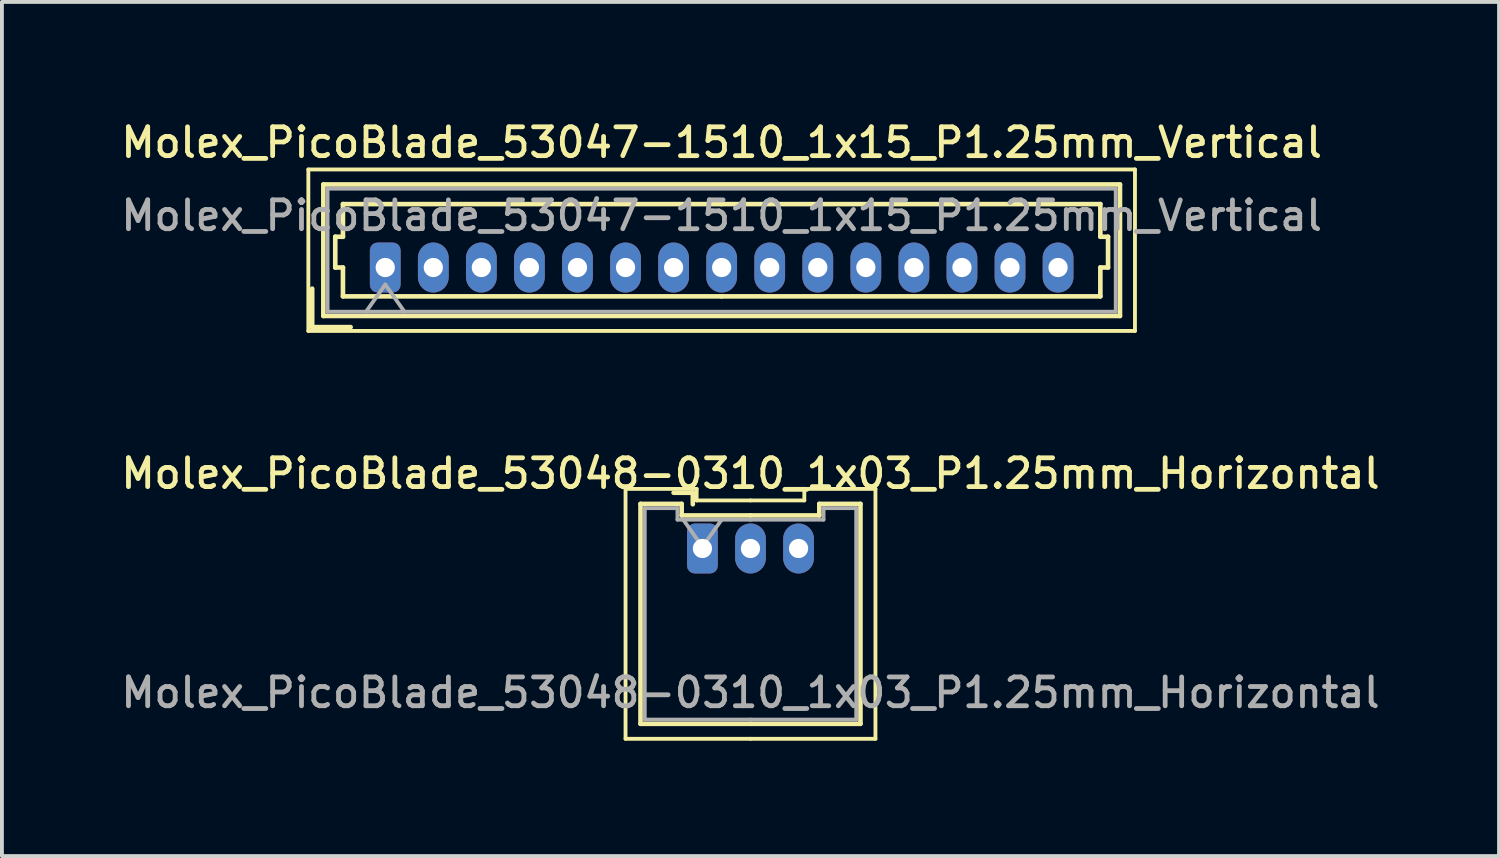
<source format=kicad_pcb>
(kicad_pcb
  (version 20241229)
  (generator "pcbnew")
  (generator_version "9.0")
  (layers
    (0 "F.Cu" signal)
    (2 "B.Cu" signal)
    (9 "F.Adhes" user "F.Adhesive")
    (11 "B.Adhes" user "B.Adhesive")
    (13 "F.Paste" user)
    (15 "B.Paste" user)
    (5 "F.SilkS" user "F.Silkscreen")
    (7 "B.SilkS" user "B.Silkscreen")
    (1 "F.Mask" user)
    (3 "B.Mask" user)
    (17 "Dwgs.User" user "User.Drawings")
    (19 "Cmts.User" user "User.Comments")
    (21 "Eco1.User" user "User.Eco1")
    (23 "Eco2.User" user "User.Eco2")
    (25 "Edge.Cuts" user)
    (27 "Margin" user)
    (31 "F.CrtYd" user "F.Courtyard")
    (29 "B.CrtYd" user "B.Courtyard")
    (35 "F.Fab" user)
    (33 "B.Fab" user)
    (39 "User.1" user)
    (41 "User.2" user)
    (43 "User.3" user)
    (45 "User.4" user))
  (footprint "Molex_PicoBlade_53048-0310_1x03_P1.25mm_Horizontal"
    (layer "F.Cu")
    (at 15.22 11.216)
    (property "Reference" "Molex_PicoBlade_53048-0310_1x03_P1.25mm_Horizontal" (at 1.25 -1.95 0) (layer "F.SilkS") (effects (font (size 0.75 0.75) (thickness 0.125))))
    (attr through_hole)
    (fp_line (start -2 -1.55) (end -2 4.95) (stroke (width 0.1) (type solid)) (layer "F.SilkS"))
    (fp_line (start -2 4.95) (end 1.25 4.95) (stroke (width 0.1) (type solid)) (layer "F.SilkS"))
    (fp_line (start -1.61 -1.16) (end -1.61 4.56) (stroke (width 0.12) (type solid)) (layer "F.SilkS"))
    (fp_line (start -1.61 4.56) (end 1.25 4.56) (stroke (width 0.12) (type solid)) (layer "F.SilkS"))
    (fp_line (start -0.54 -1.16) (end -1.61 -1.16) (stroke (width 0.12) (type solid)) (layer "F.SilkS"))
    (fp_line (start -0.54 -0.86) (end -0.54 -1.16) (stroke (width 0.12) (type solid)) (layer "F.SilkS"))
    (fp_line (start -0.25 -1.45) (end -0.75 -1.45) (stroke (width 0.12) (type solid)) (layer "F.SilkS"))
    (fp_line (start -0.25 -1.15) (end -0.25 -1.45) (stroke (width 0.12) (type solid)) (layer "F.SilkS"))
    (fp_line (start -0.15 -1.55) (end -2 -1.55) (stroke (width 0.1) (type solid)) (layer "F.SilkS"))
    (fp_line (start -0.15 -1.25) (end -0.15 -1.55) (stroke (width 0.1) (type solid)) (layer "F.SilkS"))
    (fp_line (start 1.25 -1.25) (end -0.15 -1.25) (stroke (width 0.1) (type solid)) (layer "F.SilkS"))
    (fp_line (start 1.25 -1.25) (end 2.65 -1.25) (stroke (width 0.1) (type solid)) (layer "F.SilkS"))
    (fp_line (start 1.25 -0.86) (end -0.54 -0.86) (stroke (width 0.12) (type solid)) (layer "F.SilkS"))
    (fp_line (start 1.25 -0.86) (end 3.04 -0.86) (stroke (width 0.12) (type solid)) (layer "F.SilkS"))
    (fp_line (start 2.65 -1.55) (end 4.5 -1.55) (stroke (width 0.1) (type solid)) (layer "F.SilkS"))
    (fp_line (start 2.65 -1.25) (end 2.65 -1.55) (stroke (width 0.1) (type solid)) (layer "F.SilkS"))
    (fp_line (start 3.04 -1.16) (end 4.11 -1.16) (stroke (width 0.12) (type solid)) (layer "F.SilkS"))
    (fp_line (start 3.04 -0.86) (end 3.04 -1.16) (stroke (width 0.12) (type solid)) (layer "F.SilkS"))
    (fp_line (start 4.11 -1.16) (end 4.11 4.56) (stroke (width 0.12) (type solid)) (layer "F.SilkS"))
    (fp_line (start 4.11 4.56) (end 1.25 4.56) (stroke (width 0.12) (type solid)) (layer "F.SilkS"))
    (fp_line (start 4.5 -1.55) (end 4.5 4.95) (stroke (width 0.1) (type solid)) (layer "F.SilkS"))
    (fp_line (start 4.5 4.95) (end 1.25 4.95) (stroke (width 0.1) (type solid)) (layer "F.SilkS"))
    (fp_line (start -1.5 -1.05) (end -1.5 4.45) (stroke (width 0.1) (type solid)) (layer "F.Fab"))
    (fp_line (start -1.5 4.45) (end 1.25 4.45) (stroke (width 0.1) (type solid)) (layer "F.Fab"))
    (fp_line (start -0.65 -1.05) (end -1.5 -1.05) (stroke (width 0.1) (type solid)) (layer "F.Fab"))
    (fp_line (start -0.65 -0.75) (end -0.65 -1.05) (stroke (width 0.1) (type solid)) (layer "F.Fab"))
    (fp_line (start -0.5 -0.75) (end 0 -0.043) (stroke (width 0.1) (type solid)) (layer "F.Fab"))
    (fp_line (start 0 -0.043) (end 0.5 -0.75) (stroke (width 0.1) (type solid)) (layer "F.Fab"))
    (fp_line (start 1.25 -0.75) (end -0.65 -0.75) (stroke (width 0.1) (type solid)) (layer "F.Fab"))
    (fp_line (start 1.25 -0.75) (end 3.15 -0.75) (stroke (width 0.1) (type solid)) (layer "F.Fab"))
    (fp_line (start 3.15 -1.05) (end 4 -1.05) (stroke (width 0.1) (type solid)) (layer "F.Fab"))
    (fp_line (start 3.15 -0.75) (end 3.15 -1.05) (stroke (width 0.1) (type solid)) (layer "F.Fab"))
    (fp_line (start 4 -1.05) (end 4 4.45) (stroke (width 0.1) (type solid)) (layer "F.Fab"))
    (fp_line (start 4 4.45) (end 1.25 4.45) (stroke (width 0.1) (type solid)) (layer "F.Fab"))
    (fp_text user "${REFERENCE}" (at 1.25 3.75 0) (layer "F.Fab") (effects (font (size 0.75 0.75) (thickness 0.125))))
    (pad "1" thru_hole roundrect (at 0 0) (size 0.8 1.3) (drill 0.5) (layers "*.Cu" "*.Mask") (roundrect_rratio 0.25))
    (pad "2" thru_hole oval (at 1.25 0) (size 0.8 1.3) (drill 0.5) (layers "*.Cu" "*.Mask"))
    (pad "3" thru_hole oval (at 2.5 0) (size 0.8 1.3) (drill 0.5) (layers "*.Cu" "*.Mask")))
  (footprint "Molex_PicoBlade_53047-1510_1x15_P1.25mm_Vertical"
    (layer "F.Cu")
    (at 6.97 3.908)
    (property "Reference" "Molex_PicoBlade_53047-1510_1x15_P1.25mm_Vertical" (at 8.75 -3.25 0) (layer "F.SilkS") (effects (font (size 0.75 0.75) (thickness 0.125))))
    (attr through_hole)
    (fp_line (start -2 -2.55) (end -2 1.65) (stroke (width 0.1) (type solid)) (layer "F.SilkS"))
    (fp_line (start -2 1.65) (end 19.5 1.65) (stroke (width 0.1) (type solid)) (layer "F.SilkS"))
    (fp_line (start -1.9 1.55) (end -1.9 0.55) (stroke (width 0.12) (type solid)) (layer "F.SilkS"))
    (fp_line (start -1.9 1.55) (end -0.9 1.55) (stroke (width 0.12) (type solid)) (layer "F.SilkS"))
    (fp_line (start -1.61 -2.16) (end -1.61 1.26) (stroke (width 0.12) (type solid)) (layer "F.SilkS"))
    (fp_line (start -1.61 1.26) (end 19.11 1.26) (stroke (width 0.12) (type solid)) (layer "F.SilkS"))
    (fp_line (start -1.3 -0.8) (end -1.1 -0.8) (stroke (width 0.12) (type solid)) (layer "F.SilkS"))
    (fp_line (start -1.3 0) (end -1.3 -0.8) (stroke (width 0.12) (type solid)) (layer "F.SilkS"))
    (fp_line (start -1.1 -1.65) (end 8.75 -1.65) (stroke (width 0.12) (type solid)) (layer "F.SilkS"))
    (fp_line (start -1.1 -0.8) (end -1.1 -1.65) (stroke (width 0.12) (type solid)) (layer "F.SilkS"))
    (fp_line (start -1.1 0) (end -1.3 0) (stroke (width 0.12) (type solid)) (layer "F.SilkS"))
    (fp_line (start -1.1 0.75) (end -1.1 0) (stroke (width 0.12) (type solid)) (layer "F.SilkS"))
    (fp_line (start 8.75 0.75) (end -1.1 0.75) (stroke (width 0.12) (type solid)) (layer "F.SilkS"))
    (fp_line (start 8.75 0.75) (end 18.6 0.75) (stroke (width 0.12) (type solid)) (layer "F.SilkS"))
    (fp_line (start 18.6 -1.65) (end 8.75 -1.65) (stroke (width 0.12) (type solid)) (layer "F.SilkS"))
    (fp_line (start 18.6 -0.8) (end 18.6 -1.65) (stroke (width 0.12) (type solid)) (layer "F.SilkS"))
    (fp_line (start 18.6 0) (end 18.8 0) (stroke (width 0.12) (type solid)) (layer "F.SilkS"))
    (fp_line (start 18.6 0.75) (end 18.6 0) (stroke (width 0.12) (type solid)) (layer "F.SilkS"))
    (fp_line (start 18.8 -0.8) (end 18.6 -0.8) (stroke (width 0.12) (type solid)) (layer "F.SilkS"))
    (fp_line (start 18.8 0) (end 18.8 -0.8) (stroke (width 0.12) (type solid)) (layer "F.SilkS"))
    (fp_line (start 19.11 -2.16) (end -1.61 -2.16) (stroke (width 0.12) (type solid)) (layer "F.SilkS"))
    (fp_line (start 19.11 1.26) (end 19.11 -2.16) (stroke (width 0.12) (type solid)) (layer "F.SilkS"))
    (fp_line (start 19.5 -2.55) (end -2 -2.55) (stroke (width 0.1) (type solid)) (layer "F.SilkS"))
    (fp_line (start 19.5 1.65) (end 19.5 -2.55) (stroke (width 0.1) (type solid)) (layer "F.SilkS"))
    (fp_line (start -1.5 -2.05) (end -1.5 1.15) (stroke (width 0.1) (type solid)) (layer "F.Fab"))
    (fp_line (start -1.5 1.15) (end 19 1.15) (stroke (width 0.1) (type solid)) (layer "F.Fab"))
    (fp_line (start -0.5 1.15) (end 0 0.443) (stroke (width 0.1) (type solid)) (layer "F.Fab"))
    (fp_line (start 0 0.443) (end 0.5 1.15) (stroke (width 0.1) (type solid)) (layer "F.Fab"))
    (fp_line (start 19 -2.05) (end -1.5 -2.05) (stroke (width 0.1) (type solid)) (layer "F.Fab"))
    (fp_line (start 19 1.15) (end 19 -2.05) (stroke (width 0.1) (type solid)) (layer "F.Fab"))
    (fp_text user "${REFERENCE}" (at 8.75 -1.35 0) (layer "F.Fab") (effects (font (size 0.75 0.75) (thickness 0.125))))
    (pad "1" thru_hole roundrect (at 0 0) (size 0.8 1.3) (drill 0.5) (layers "*.Cu" "*.Mask") (roundrect_rratio 0.25))
    (pad "2" thru_hole oval (at 1.25 0) (size 0.8 1.3) (drill 0.5) (layers "*.Cu" "*.Mask"))
    (pad "3" thru_hole oval (at 2.5 0) (size 0.8 1.3) (drill 0.5) (layers "*.Cu" "*.Mask"))
    (pad "4" thru_hole oval (at 3.75 0) (size 0.8 1.3) (drill 0.5) (layers "*.Cu" "*.Mask"))
    (pad "5" thru_hole oval (at 5 0) (size 0.8 1.3) (drill 0.5) (layers "*.Cu" "*.Mask"))
    (pad "6" thru_hole oval (at 6.25 0) (size 0.8 1.3) (drill 0.5) (layers "*.Cu" "*.Mask"))
    (pad "7" thru_hole oval (at 7.5 0) (size 0.8 1.3) (drill 0.5) (layers "*.Cu" "*.Mask"))
    (pad "8" thru_hole oval (at 8.75 0) (size 0.8 1.3) (drill 0.5) (layers "*.Cu" "*.Mask"))
    (pad "9" thru_hole oval (at 10 0) (size 0.8 1.3) (drill 0.5) (layers "*.Cu" "*.Mask"))
    (pad "10" thru_hole oval (at 11.25 0) (size 0.8 1.3) (drill 0.5) (layers "*.Cu" "*.Mask"))
    (pad "11" thru_hole oval (at 12.5 0) (size 0.8 1.3) (drill 0.5) (layers "*.Cu" "*.Mask"))
    (pad "12" thru_hole oval (at 13.75 0) (size 0.8 1.3) (drill 0.5) (layers "*.Cu" "*.Mask"))
    (pad "13" thru_hole oval (at 15 0) (size 0.8 1.3) (drill 0.5) (layers "*.Cu" "*.Mask"))
    (pad "14" thru_hole oval (at 16.25 0) (size 0.8 1.3) (drill 0.5) (layers "*.Cu" "*.Mask"))
    (pad "15" thru_hole oval (at 17.5 0) (size 0.8 1.3) (drill 0.5) (layers "*.Cu" "*.Mask")))
  (gr_rect
    (start -3 -3)
    (end 35.939 19.216)
    (stroke (width 0.1) (type default))
    (fill no)
    (layer "Edge.Cuts")))
</source>
